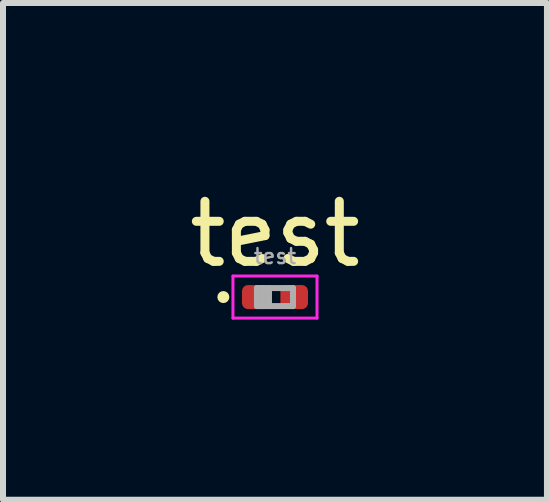
<source format=kicad_pcb>
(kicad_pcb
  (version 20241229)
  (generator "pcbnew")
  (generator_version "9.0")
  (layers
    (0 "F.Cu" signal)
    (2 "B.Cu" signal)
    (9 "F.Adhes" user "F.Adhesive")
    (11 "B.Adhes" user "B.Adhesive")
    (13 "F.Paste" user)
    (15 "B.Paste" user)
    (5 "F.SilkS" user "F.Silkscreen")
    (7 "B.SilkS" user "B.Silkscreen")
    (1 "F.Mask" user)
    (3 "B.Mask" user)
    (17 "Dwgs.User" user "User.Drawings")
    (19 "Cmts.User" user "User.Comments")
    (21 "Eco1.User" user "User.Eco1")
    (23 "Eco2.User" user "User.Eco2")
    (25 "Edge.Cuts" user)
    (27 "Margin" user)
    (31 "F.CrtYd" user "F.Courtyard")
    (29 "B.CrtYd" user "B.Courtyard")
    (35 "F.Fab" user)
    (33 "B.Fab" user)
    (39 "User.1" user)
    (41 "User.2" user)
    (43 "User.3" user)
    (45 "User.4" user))
  (footprint "test"
    (layer "F.Cu")
    (at 1.53 1.898)
    (property "Reference" "test" (at 0 -1.05 0) (layer "F.SilkS") (effects (font (size 1 1) (thickness 0.15))))
    (attr smd)
    (fp_circle (center -0.86 0) (end -0.81 0) (stroke (width 0.1) (type solid)) (fill no) (layer "F.SilkS"))
    (fp_line (start -0.7 -0.35) (end 0.7 -0.35) (stroke (width 0.05) (type solid)) (layer "F.CrtYd"))
    (fp_line (start -0.7 0.35) (end -0.7 -0.35) (stroke (width 0.05) (type solid)) (layer "F.CrtYd"))
    (fp_line (start 0.7 -0.35) (end 0.7 0.35) (stroke (width 0.05) (type solid)) (layer "F.CrtYd"))
    (fp_line (start 0.7 0.35) (end -0.7 0.35) (stroke (width 0.05) (type solid)) (layer "F.CrtYd"))
    (fp_line (start -0.3 -0.15) (end 0.3 -0.15) (stroke (width 0.1) (type solid)) (layer "F.Fab"))
    (fp_line (start -0.3 0.15) (end -0.3 -0.15) (stroke (width 0.1) (type solid)) (layer "F.Fab"))
    (fp_line (start -0.2 0.15) (end -0.2 -0.15) (stroke (width 0.1) (type solid)) (layer "F.Fab"))
    (fp_line (start -0.1 0.15) (end -0.1 -0.15) (stroke (width 0.1) (type solid)) (layer "F.Fab"))
    (fp_line (start 0.3 -0.15) (end 0.3 0.15) (stroke (width 0.1) (type solid)) (layer "F.Fab"))
    (fp_line (start 0.3 0.15) (end -0.3 0.15) (stroke (width 0.1) (type solid)) (layer "F.Fab"))
    (fp_text user "${REFERENCE}" (at 0 -0.68 0) (layer "F.Fab") (effects (font (size 0.25 0.25) (thickness 0.04))))
    (pad "" smd roundrect (at -0.345 0) (size 0.318 0.36) (layers "F.Paste") (roundrect_rratio 0.25))
    (pad "" smd roundrect (at 0.345 0) (size 0.318 0.36) (layers "F.Paste") (roundrect_rratio 0.25))
    (pad "1" smd roundrect (at -0.32 0) (size 0.46 0.4) (layers "F.Cu" "F.Mask") (roundrect_rratio 0.25))
    (pad "2" smd roundrect (at 0.32 0) (size 0.46 0.4) (layers "F.Cu" "F.Mask") (roundrect_rratio 0.25)))
  (gr_rect
    (start -3 -3)
    (end 6.06 5.273)
    (stroke (width 0.1) (type default))
    (fill no)
    (layer "Edge.Cuts")))
</source>
